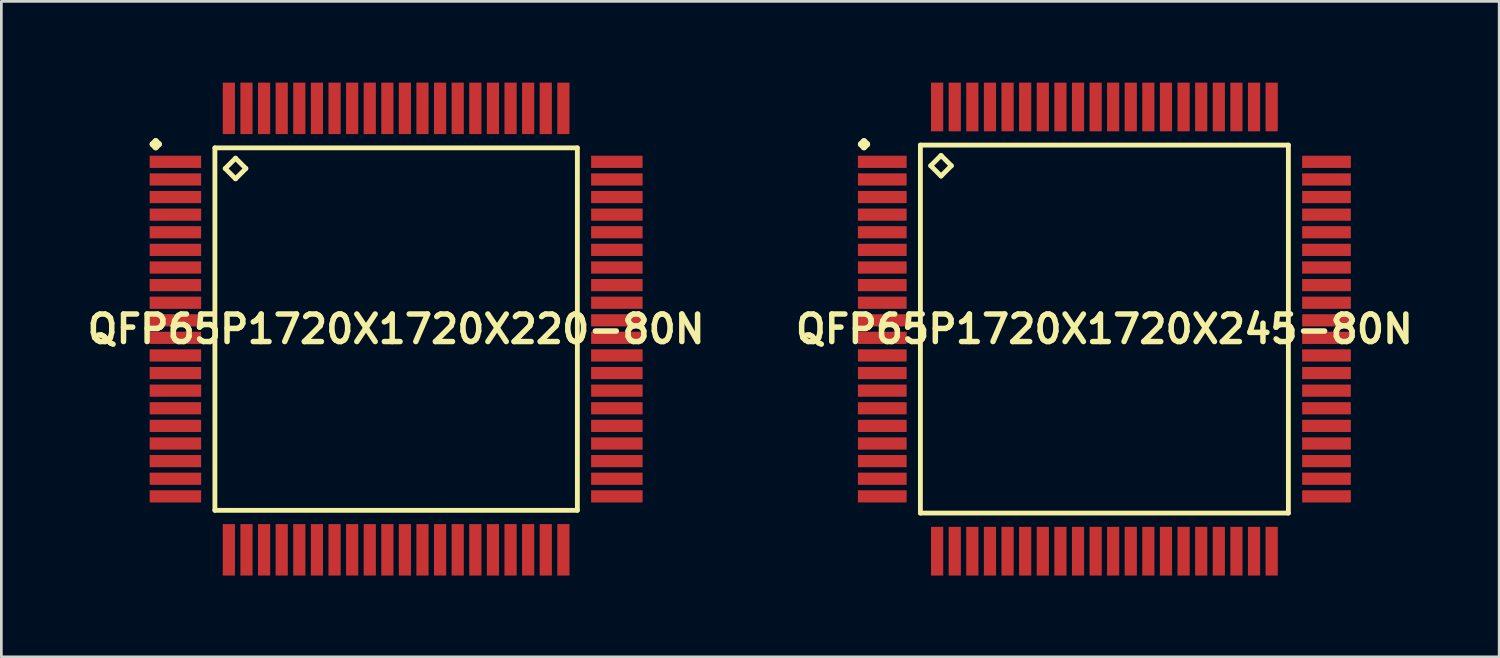
<source format=kicad_pcb>
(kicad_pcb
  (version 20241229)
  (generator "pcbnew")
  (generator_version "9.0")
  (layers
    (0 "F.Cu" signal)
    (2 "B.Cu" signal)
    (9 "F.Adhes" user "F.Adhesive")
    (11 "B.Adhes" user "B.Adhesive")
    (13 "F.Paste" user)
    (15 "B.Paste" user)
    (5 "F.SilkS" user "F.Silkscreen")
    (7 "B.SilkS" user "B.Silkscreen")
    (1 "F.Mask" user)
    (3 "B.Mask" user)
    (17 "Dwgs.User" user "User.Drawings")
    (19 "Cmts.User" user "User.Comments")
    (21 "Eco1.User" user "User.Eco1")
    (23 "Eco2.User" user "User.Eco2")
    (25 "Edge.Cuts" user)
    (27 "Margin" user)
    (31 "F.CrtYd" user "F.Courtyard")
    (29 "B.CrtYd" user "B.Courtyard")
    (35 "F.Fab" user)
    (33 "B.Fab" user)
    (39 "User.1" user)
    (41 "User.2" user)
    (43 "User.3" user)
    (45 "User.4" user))
  (footprint "QFP65P1720X1720X220-80N"
    (layer "F.Cu")
    (at 11.573 9.098)
    (property "Reference" "QFP65P1720X1720X220-80N" (at 0 0 0) (layer "F.SilkS") (effects (font (size 1.016 1.016) (thickness 0.203))))
    (attr smd)
    (fp_line (start -8.987 -6.825) (end -8.875 -6.937) (stroke (width 0.224) (type solid)) (layer "F.SilkS"))
    (fp_line (start -8.875 -6.937) (end -8.76 -6.825) (stroke (width 0.224) (type solid)) (layer "F.SilkS"))
    (fp_line (start -8.875 -6.711) (end -8.987 -6.825) (stroke (width 0.224) (type solid)) (layer "F.SilkS"))
    (fp_line (start -8.76 -6.825) (end -8.875 -6.711) (stroke (width 0.224) (type solid)) (layer "F.SilkS"))
    (fp_line (start -6.69 -6.69) (end -6.69 6.69) (stroke (width 0.178) (type solid)) (layer "F.SilkS"))
    (fp_line (start -6.69 6.69) (end 6.69 6.69) (stroke (width 0.178) (type solid)) (layer "F.SilkS"))
    (fp_line (start -6.309 -5.928) (end -5.928 -6.309) (stroke (width 0.178) (type solid)) (layer "F.SilkS"))
    (fp_line (start -5.928 -6.309) (end -5.547 -5.928) (stroke (width 0.178) (type solid)) (layer "F.SilkS"))
    (fp_line (start -5.928 -5.547) (end -6.309 -5.928) (stroke (width 0.178) (type solid)) (layer "F.SilkS"))
    (fp_line (start -5.547 -5.928) (end -5.928 -5.547) (stroke (width 0.178) (type solid)) (layer "F.SilkS"))
    (fp_line (start 6.69 -6.69) (end -6.69 -6.69) (stroke (width 0.178) (type solid)) (layer "F.SilkS"))
    (fp_line (start 6.69 6.69) (end 6.69 -6.69) (stroke (width 0.178) (type solid)) (layer "F.SilkS"))
    (pad "1" smd rect (at -8.148 -6.175) (size 1.9 0.45) (layers "F.Cu" "F.Mask" "F.Paste"))
    (pad "2" smd rect (at -8.148 -5.524) (size 1.9 0.45) (layers "F.Cu" "F.Mask" "F.Paste"))
    (pad "3" smd rect (at -8.148 -4.874) (size 1.9 0.45) (layers "F.Cu" "F.Mask" "F.Paste"))
    (pad "4" smd rect (at -8.148 -4.224) (size 1.9 0.45) (layers "F.Cu" "F.Mask" "F.Paste"))
    (pad "5" smd rect (at -8.148 -3.574) (size 1.9 0.45) (layers "F.Cu" "F.Mask" "F.Paste"))
    (pad "6" smd rect (at -8.148 -2.924) (size 1.9 0.45) (layers "F.Cu" "F.Mask" "F.Paste"))
    (pad "7" smd rect (at -8.148 -2.273) (size 1.9 0.45) (layers "F.Cu" "F.Mask" "F.Paste"))
    (pad "8" smd rect (at -8.148 -1.623) (size 1.9 0.45) (layers "F.Cu" "F.Mask" "F.Paste"))
    (pad "9" smd rect (at -8.148 -0.973) (size 1.9 0.45) (layers "F.Cu" "F.Mask" "F.Paste"))
    (pad "10" smd rect (at -8.148 -0.323) (size 1.9 0.45) (layers "F.Cu" "F.Mask" "F.Paste"))
    (pad "11" smd rect (at -8.148 0.323) (size 1.9 0.45) (layers "F.Cu" "F.Mask" "F.Paste"))
    (pad "12" smd rect (at -8.148 0.973) (size 1.9 0.45) (layers "F.Cu" "F.Mask" "F.Paste"))
    (pad "13" smd rect (at -8.148 1.623) (size 1.9 0.45) (layers "F.Cu" "F.Mask" "F.Paste"))
    (pad "14" smd rect (at -8.148 2.273) (size 1.9 0.45) (layers "F.Cu" "F.Mask" "F.Paste"))
    (pad "15" smd rect (at -8.148 2.924) (size 1.9 0.45) (layers "F.Cu" "F.Mask" "F.Paste"))
    (pad "16" smd rect (at -8.148 3.574) (size 1.9 0.45) (layers "F.Cu" "F.Mask" "F.Paste"))
    (pad "17" smd rect (at -8.148 4.224) (size 1.9 0.45) (layers "F.Cu" "F.Mask" "F.Paste"))
    (pad "18" smd rect (at -8.148 4.874) (size 1.9 0.45) (layers "F.Cu" "F.Mask" "F.Paste"))
    (pad "19" smd rect (at -8.148 5.524) (size 1.9 0.45) (layers "F.Cu" "F.Mask" "F.Paste"))
    (pad "20" smd rect (at -8.148 6.175) (size 1.9 0.45) (layers "F.Cu" "F.Mask" "F.Paste"))
    (pad "21" smd rect (at -6.175 8.148) (size 0.45 1.9) (layers "F.Cu" "F.Mask" "F.Paste"))
    (pad "22" smd rect (at -5.524 8.148) (size 0.45 1.9) (layers "F.Cu" "F.Mask" "F.Paste"))
    (pad "23" smd rect (at -4.874 8.148) (size 0.45 1.9) (layers "F.Cu" "F.Mask" "F.Paste"))
    (pad "24" smd rect (at -4.224 8.148) (size 0.45 1.9) (layers "F.Cu" "F.Mask" "F.Paste"))
    (pad "25" smd rect (at -3.574 8.148) (size 0.45 1.9) (layers "F.Cu" "F.Mask" "F.Paste"))
    (pad "26" smd rect (at -2.924 8.148) (size 0.45 1.9) (layers "F.Cu" "F.Mask" "F.Paste"))
    (pad "27" smd rect (at -2.273 8.148) (size 0.45 1.9) (layers "F.Cu" "F.Mask" "F.Paste"))
    (pad "28" smd rect (at -1.623 8.148) (size 0.45 1.9) (layers "F.Cu" "F.Mask" "F.Paste"))
    (pad "29" smd rect (at -0.973 8.148) (size 0.45 1.9) (layers "F.Cu" "F.Mask" "F.Paste"))
    (pad "30" smd rect (at -0.323 8.148) (size 0.45 1.9) (layers "F.Cu" "F.Mask" "F.Paste"))
    (pad "31" smd rect (at 0.323 8.148) (size 0.45 1.9) (layers "F.Cu" "F.Mask" "F.Paste"))
    (pad "32" smd rect (at 0.973 8.148) (size 0.45 1.9) (layers "F.Cu" "F.Mask" "F.Paste"))
    (pad "33" smd rect (at 1.623 8.148) (size 0.45 1.9) (layers "F.Cu" "F.Mask" "F.Paste"))
    (pad "34" smd rect (at 2.273 8.148) (size 0.45 1.9) (layers "F.Cu" "F.Mask" "F.Paste"))
    (pad "35" smd rect (at 2.924 8.148) (size 0.45 1.9) (layers "F.Cu" "F.Mask" "F.Paste"))
    (pad "36" smd rect (at 3.574 8.148) (size 0.45 1.9) (layers "F.Cu" "F.Mask" "F.Paste"))
    (pad "37" smd rect (at 4.224 8.148) (size 0.45 1.9) (layers "F.Cu" "F.Mask" "F.Paste"))
    (pad "38" smd rect (at 4.874 8.148) (size 0.45 1.9) (layers "F.Cu" "F.Mask" "F.Paste"))
    (pad "39" smd rect (at 5.524 8.148) (size 0.45 1.9) (layers "F.Cu" "F.Mask" "F.Paste"))
    (pad "40" smd rect (at 6.175 8.148) (size 0.45 1.9) (layers "F.Cu" "F.Mask" "F.Paste"))
    (pad "41" smd rect (at 8.148 6.175) (size 1.9 0.45) (layers "F.Cu" "F.Mask" "F.Paste"))
    (pad "42" smd rect (at 8.148 5.524) (size 1.9 0.45) (layers "F.Cu" "F.Mask" "F.Paste"))
    (pad "43" smd rect (at 8.148 4.874) (size 1.9 0.45) (layers "F.Cu" "F.Mask" "F.Paste"))
    (pad "44" smd rect (at 8.148 4.224) (size 1.9 0.45) (layers "F.Cu" "F.Mask" "F.Paste"))
    (pad "45" smd rect (at 8.148 3.574) (size 1.9 0.45) (layers "F.Cu" "F.Mask" "F.Paste"))
    (pad "46" smd rect (at 8.148 2.924) (size 1.9 0.45) (layers "F.Cu" "F.Mask" "F.Paste"))
    (pad "47" smd rect (at 8.148 2.273) (size 1.9 0.45) (layers "F.Cu" "F.Mask" "F.Paste"))
    (pad "48" smd rect (at 8.148 1.623) (size 1.9 0.45) (layers "F.Cu" "F.Mask" "F.Paste"))
    (pad "49" smd rect (at 8.148 0.973) (size 1.9 0.45) (layers "F.Cu" "F.Mask" "F.Paste"))
    (pad "50" smd rect (at 8.148 0.323) (size 1.9 0.45) (layers "F.Cu" "F.Mask" "F.Paste"))
    (pad "51" smd rect (at 8.148 -0.323) (size 1.9 0.45) (layers "F.Cu" "F.Mask" "F.Paste"))
    (pad "52" smd rect (at 8.148 -0.973) (size 1.9 0.45) (layers "F.Cu" "F.Mask" "F.Paste"))
    (pad "53" smd rect (at 8.148 -1.623) (size 1.9 0.45) (layers "F.Cu" "F.Mask" "F.Paste"))
    (pad "54" smd rect (at 8.148 -2.273) (size 1.9 0.45) (layers "F.Cu" "F.Mask" "F.Paste"))
    (pad "55" smd rect (at 8.148 -2.924) (size 1.9 0.45) (layers "F.Cu" "F.Mask" "F.Paste"))
    (pad "56" smd rect (at 8.148 -3.574) (size 1.9 0.45) (layers "F.Cu" "F.Mask" "F.Paste"))
    (pad "57" smd rect (at 8.148 -4.224) (size 1.9 0.45) (layers "F.Cu" "F.Mask" "F.Paste"))
    (pad "58" smd rect (at 8.148 -4.874) (size 1.9 0.45) (layers "F.Cu" "F.Mask" "F.Paste"))
    (pad "59" smd rect (at 8.148 -5.524) (size 1.9 0.45) (layers "F.Cu" "F.Mask" "F.Paste"))
    (pad "60" smd rect (at 8.148 -6.175) (size 1.9 0.45) (layers "F.Cu" "F.Mask" "F.Paste"))
    (pad "61" smd rect (at 6.175 -8.148) (size 0.45 1.9) (layers "F.Cu" "F.Mask" "F.Paste"))
    (pad "62" smd rect (at 5.524 -8.148) (size 0.45 1.9) (layers "F.Cu" "F.Mask" "F.Paste"))
    (pad "63" smd rect (at 4.874 -8.148) (size 0.45 1.9) (layers "F.Cu" "F.Mask" "F.Paste"))
    (pad "64" smd rect (at 4.224 -8.148) (size 0.45 1.9) (layers "F.Cu" "F.Mask" "F.Paste"))
    (pad "65" smd rect (at 3.574 -8.148) (size 0.45 1.9) (layers "F.Cu" "F.Mask" "F.Paste"))
    (pad "66" smd rect (at 2.924 -8.148) (size 0.45 1.9) (layers "F.Cu" "F.Mask" "F.Paste"))
    (pad "67" smd rect (at 2.273 -8.148) (size 0.45 1.9) (layers "F.Cu" "F.Mask" "F.Paste"))
    (pad "68" smd rect (at 1.623 -8.148) (size 0.45 1.9) (layers "F.Cu" "F.Mask" "F.Paste"))
    (pad "69" smd rect (at 0.973 -8.148) (size 0.45 1.9) (layers "F.Cu" "F.Mask" "F.Paste"))
    (pad "70" smd rect (at 0.323 -8.148) (size 0.45 1.9) (layers "F.Cu" "F.Mask" "F.Paste"))
    (pad "71" smd rect (at -0.323 -8.148) (size 0.45 1.9) (layers "F.Cu" "F.Mask" "F.Paste"))
    (pad "72" smd rect (at -0.973 -8.148) (size 0.45 1.9) (layers "F.Cu" "F.Mask" "F.Paste"))
    (pad "73" smd rect (at -1.623 -8.148) (size 0.45 1.9) (layers "F.Cu" "F.Mask" "F.Paste"))
    (pad "74" smd rect (at -2.273 -8.148) (size 0.45 1.9) (layers "F.Cu" "F.Mask" "F.Paste"))
    (pad "75" smd rect (at -2.924 -8.148) (size 0.45 1.9) (layers "F.Cu" "F.Mask" "F.Paste"))
    (pad "76" smd rect (at -3.574 -8.148) (size 0.45 1.9) (layers "F.Cu" "F.Mask" "F.Paste"))
    (pad "77" smd rect (at -4.224 -8.148) (size 0.45 1.9) (layers "F.Cu" "F.Mask" "F.Paste"))
    (pad "78" smd rect (at -4.874 -8.148) (size 0.45 1.9) (layers "F.Cu" "F.Mask" "F.Paste"))
    (pad "79" smd rect (at -5.524 -8.148) (size 0.45 1.9) (layers "F.Cu" "F.Mask" "F.Paste"))
    (pad "80" smd rect (at -6.175 -8.148) (size 0.45 1.9) (layers "F.Cu" "F.Mask" "F.Paste")))
  (footprint "QFP65P1720X1720X245-80N"
    (layer "F.Cu")
    (at 37.718 9.098)
    (property "Reference" "QFP65P1720X1720X245-80N" (at 0 0 0) (layer "F.SilkS") (effects (font (size 1.016 1.016) (thickness 0.203))))
    (attr smd)
    (fp_line (start -8.987 -6.825) (end -8.875 -6.937) (stroke (width 0.224) (type solid)) (layer "F.SilkS"))
    (fp_line (start -8.875 -6.937) (end -8.76 -6.825) (stroke (width 0.224) (type solid)) (layer "F.SilkS"))
    (fp_line (start -8.875 -6.711) (end -8.987 -6.825) (stroke (width 0.224) (type solid)) (layer "F.SilkS"))
    (fp_line (start -8.76 -6.825) (end -8.875 -6.711) (stroke (width 0.224) (type solid)) (layer "F.SilkS"))
    (fp_line (start -6.792 -6.792) (end -6.792 6.792) (stroke (width 0.178) (type solid)) (layer "F.SilkS"))
    (fp_line (start -6.792 6.792) (end 6.792 6.792) (stroke (width 0.178) (type solid)) (layer "F.SilkS"))
    (fp_line (start -6.411 -6.03) (end -6.03 -6.411) (stroke (width 0.178) (type solid)) (layer "F.SilkS"))
    (fp_line (start -6.03 -6.411) (end -5.649 -6.03) (stroke (width 0.178) (type solid)) (layer "F.SilkS"))
    (fp_line (start -6.03 -5.649) (end -6.411 -6.03) (stroke (width 0.178) (type solid)) (layer "F.SilkS"))
    (fp_line (start -5.649 -6.03) (end -6.03 -5.649) (stroke (width 0.178) (type solid)) (layer "F.SilkS"))
    (fp_line (start 6.792 -6.792) (end -6.792 -6.792) (stroke (width 0.178) (type solid)) (layer "F.SilkS"))
    (fp_line (start 6.792 6.792) (end 6.792 -6.792) (stroke (width 0.178) (type solid)) (layer "F.SilkS"))
    (pad "1" smd rect (at -8.199 -6.175) (size 1.798 0.45) (layers "F.Cu" "F.Mask" "F.Paste"))
    (pad "2" smd rect (at -8.199 -5.524) (size 1.798 0.45) (layers "F.Cu" "F.Mask" "F.Paste"))
    (pad "3" smd rect (at -8.199 -4.874) (size 1.798 0.45) (layers "F.Cu" "F.Mask" "F.Paste"))
    (pad "4" smd rect (at -8.199 -4.224) (size 1.798 0.45) (layers "F.Cu" "F.Mask" "F.Paste"))
    (pad "5" smd rect (at -8.199 -3.574) (size 1.798 0.45) (layers "F.Cu" "F.Mask" "F.Paste"))
    (pad "6" smd rect (at -8.199 -2.924) (size 1.798 0.45) (layers "F.Cu" "F.Mask" "F.Paste"))
    (pad "7" smd rect (at -8.199 -2.273) (size 1.798 0.45) (layers "F.Cu" "F.Mask" "F.Paste"))
    (pad "8" smd rect (at -8.199 -1.623) (size 1.798 0.45) (layers "F.Cu" "F.Mask" "F.Paste"))
    (pad "9" smd rect (at -8.199 -0.973) (size 1.798 0.45) (layers "F.Cu" "F.Mask" "F.Paste"))
    (pad "10" smd rect (at -8.199 -0.323) (size 1.798 0.45) (layers "F.Cu" "F.Mask" "F.Paste"))
    (pad "11" smd rect (at -8.199 0.323) (size 1.798 0.45) (layers "F.Cu" "F.Mask" "F.Paste"))
    (pad "12" smd rect (at -8.199 0.973) (size 1.798 0.45) (layers "F.Cu" "F.Mask" "F.Paste"))
    (pad "13" smd rect (at -8.199 1.623) (size 1.798 0.45) (layers "F.Cu" "F.Mask" "F.Paste"))
    (pad "14" smd rect (at -8.199 2.273) (size 1.798 0.45) (layers "F.Cu" "F.Mask" "F.Paste"))
    (pad "15" smd rect (at -8.199 2.924) (size 1.798 0.45) (layers "F.Cu" "F.Mask" "F.Paste"))
    (pad "16" smd rect (at -8.199 3.574) (size 1.798 0.45) (layers "F.Cu" "F.Mask" "F.Paste"))
    (pad "17" smd rect (at -8.199 4.224) (size 1.798 0.45) (layers "F.Cu" "F.Mask" "F.Paste"))
    (pad "18" smd rect (at -8.199 4.874) (size 1.798 0.45) (layers "F.Cu" "F.Mask" "F.Paste"))
    (pad "19" smd rect (at -8.199 5.524) (size 1.798 0.45) (layers "F.Cu" "F.Mask" "F.Paste"))
    (pad "20" smd rect (at -8.199 6.175) (size 1.798 0.45) (layers "F.Cu" "F.Mask" "F.Paste"))
    (pad "21" smd rect (at -6.175 8.199) (size 0.45 1.798) (layers "F.Cu" "F.Mask" "F.Paste"))
    (pad "22" smd rect (at -5.524 8.199) (size 0.45 1.798) (layers "F.Cu" "F.Mask" "F.Paste"))
    (pad "23" smd rect (at -4.874 8.199) (size 0.45 1.798) (layers "F.Cu" "F.Mask" "F.Paste"))
    (pad "24" smd rect (at -4.224 8.199) (size 0.45 1.798) (layers "F.Cu" "F.Mask" "F.Paste"))
    (pad "25" smd rect (at -3.574 8.199) (size 0.45 1.798) (layers "F.Cu" "F.Mask" "F.Paste"))
    (pad "26" smd rect (at -2.924 8.199) (size 0.45 1.798) (layers "F.Cu" "F.Mask" "F.Paste"))
    (pad "27" smd rect (at -2.273 8.199) (size 0.45 1.798) (layers "F.Cu" "F.Mask" "F.Paste"))
    (pad "28" smd rect (at -1.623 8.199) (size 0.45 1.798) (layers "F.Cu" "F.Mask" "F.Paste"))
    (pad "29" smd rect (at -0.973 8.199) (size 0.45 1.798) (layers "F.Cu" "F.Mask" "F.Paste"))
    (pad "30" smd rect (at -0.323 8.199) (size 0.45 1.798) (layers "F.Cu" "F.Mask" "F.Paste"))
    (pad "31" smd rect (at 0.323 8.199) (size 0.45 1.798) (layers "F.Cu" "F.Mask" "F.Paste"))
    (pad "32" smd rect (at 0.973 8.199) (size 0.45 1.798) (layers "F.Cu" "F.Mask" "F.Paste"))
    (pad "33" smd rect (at 1.623 8.199) (size 0.45 1.798) (layers "F.Cu" "F.Mask" "F.Paste"))
    (pad "34" smd rect (at 2.273 8.199) (size 0.45 1.798) (layers "F.Cu" "F.Mask" "F.Paste"))
    (pad "35" smd rect (at 2.924 8.199) (size 0.45 1.798) (layers "F.Cu" "F.Mask" "F.Paste"))
    (pad "36" smd rect (at 3.574 8.199) (size 0.45 1.798) (layers "F.Cu" "F.Mask" "F.Paste"))
    (pad "37" smd rect (at 4.224 8.199) (size 0.45 1.798) (layers "F.Cu" "F.Mask" "F.Paste"))
    (pad "38" smd rect (at 4.874 8.199) (size 0.45 1.798) (layers "F.Cu" "F.Mask" "F.Paste"))
    (pad "39" smd rect (at 5.524 8.199) (size 0.45 1.798) (layers "F.Cu" "F.Mask" "F.Paste"))
    (pad "40" smd rect (at 6.175 8.199) (size 0.45 1.798) (layers "F.Cu" "F.Mask" "F.Paste"))
    (pad "41" smd rect (at 8.199 6.175) (size 1.798 0.45) (layers "F.Cu" "F.Mask" "F.Paste"))
    (pad "42" smd rect (at 8.199 5.524) (size 1.798 0.45) (layers "F.Cu" "F.Mask" "F.Paste"))
    (pad "43" smd rect (at 8.199 4.874) (size 1.798 0.45) (layers "F.Cu" "F.Mask" "F.Paste"))
    (pad "44" smd rect (at 8.199 4.224) (size 1.798 0.45) (layers "F.Cu" "F.Mask" "F.Paste"))
    (pad "45" smd rect (at 8.199 3.574) (size 1.798 0.45) (layers "F.Cu" "F.Mask" "F.Paste"))
    (pad "46" smd rect (at 8.199 2.924) (size 1.798 0.45) (layers "F.Cu" "F.Mask" "F.Paste"))
    (pad "47" smd rect (at 8.199 2.273) (size 1.798 0.45) (layers "F.Cu" "F.Mask" "F.Paste"))
    (pad "48" smd rect (at 8.199 1.623) (size 1.798 0.45) (layers "F.Cu" "F.Mask" "F.Paste"))
    (pad "49" smd rect (at 8.199 0.973) (size 1.798 0.45) (layers "F.Cu" "F.Mask" "F.Paste"))
    (pad "50" smd rect (at 8.199 0.323) (size 1.798 0.45) (layers "F.Cu" "F.Mask" "F.Paste"))
    (pad "51" smd rect (at 8.199 -0.323) (size 1.798 0.45) (layers "F.Cu" "F.Mask" "F.Paste"))
    (pad "52" smd rect (at 8.199 -0.973) (size 1.798 0.45) (layers "F.Cu" "F.Mask" "F.Paste"))
    (pad "53" smd rect (at 8.199 -1.623) (size 1.798 0.45) (layers "F.Cu" "F.Mask" "F.Paste"))
    (pad "54" smd rect (at 8.199 -2.273) (size 1.798 0.45) (layers "F.Cu" "F.Mask" "F.Paste"))
    (pad "55" smd rect (at 8.199 -2.924) (size 1.798 0.45) (layers "F.Cu" "F.Mask" "F.Paste"))
    (pad "56" smd rect (at 8.199 -3.574) (size 1.798 0.45) (layers "F.Cu" "F.Mask" "F.Paste"))
    (pad "57" smd rect (at 8.199 -4.224) (size 1.798 0.45) (layers "F.Cu" "F.Mask" "F.Paste"))
    (pad "58" smd rect (at 8.199 -4.874) (size 1.798 0.45) (layers "F.Cu" "F.Mask" "F.Paste"))
    (pad "59" smd rect (at 8.199 -5.524) (size 1.798 0.45) (layers "F.Cu" "F.Mask" "F.Paste"))
    (pad "60" smd rect (at 8.199 -6.175) (size 1.798 0.45) (layers "F.Cu" "F.Mask" "F.Paste"))
    (pad "61" smd rect (at 6.175 -8.199) (size 0.45 1.798) (layers "F.Cu" "F.Mask" "F.Paste"))
    (pad "62" smd rect (at 5.524 -8.199) (size 0.45 1.798) (layers "F.Cu" "F.Mask" "F.Paste"))
    (pad "63" smd rect (at 4.874 -8.199) (size 0.45 1.798) (layers "F.Cu" "F.Mask" "F.Paste"))
    (pad "64" smd rect (at 4.224 -8.199) (size 0.45 1.798) (layers "F.Cu" "F.Mask" "F.Paste"))
    (pad "65" smd rect (at 3.574 -8.199) (size 0.45 1.798) (layers "F.Cu" "F.Mask" "F.Paste"))
    (pad "66" smd rect (at 2.924 -8.199) (size 0.45 1.798) (layers "F.Cu" "F.Mask" "F.Paste"))
    (pad "67" smd rect (at 2.273 -8.199) (size 0.45 1.798) (layers "F.Cu" "F.Mask" "F.Paste"))
    (pad "68" smd rect (at 1.623 -8.199) (size 0.45 1.798) (layers "F.Cu" "F.Mask" "F.Paste"))
    (pad "69" smd rect (at 0.973 -8.199) (size 0.45 1.798) (layers "F.Cu" "F.Mask" "F.Paste"))
    (pad "70" smd rect (at 0.323 -8.199) (size 0.45 1.798) (layers "F.Cu" "F.Mask" "F.Paste"))
    (pad "71" smd rect (at -0.323 -8.199) (size 0.45 1.798) (layers "F.Cu" "F.Mask" "F.Paste"))
    (pad "72" smd rect (at -0.973 -8.199) (size 0.45 1.798) (layers "F.Cu" "F.Mask" "F.Paste"))
    (pad "73" smd rect (at -1.623 -8.199) (size 0.45 1.798) (layers "F.Cu" "F.Mask" "F.Paste"))
    (pad "74" smd rect (at -2.273 -8.199) (size 0.45 1.798) (layers "F.Cu" "F.Mask" "F.Paste"))
    (pad "75" smd rect (at -2.924 -8.199) (size 0.45 1.798) (layers "F.Cu" "F.Mask" "F.Paste"))
    (pad "76" smd rect (at -3.574 -8.199) (size 0.45 1.798) (layers "F.Cu" "F.Mask" "F.Paste"))
    (pad "77" smd rect (at -4.224 -8.199) (size 0.45 1.798) (layers "F.Cu" "F.Mask" "F.Paste"))
    (pad "78" smd rect (at -4.874 -8.199) (size 0.45 1.798) (layers "F.Cu" "F.Mask" "F.Paste"))
    (pad "79" smd rect (at -5.524 -8.199) (size 0.45 1.798) (layers "F.Cu" "F.Mask" "F.Paste"))
    (pad "80" smd rect (at -6.175 -8.199) (size 0.45 1.798) (layers "F.Cu" "F.Mask" "F.Paste")))
  (gr_rect
    (start -3 -3)
    (end 52.291 21.197)
    (stroke (width 0.1) (type default))
    (fill no)
    (layer "Edge.Cuts")))
</source>
